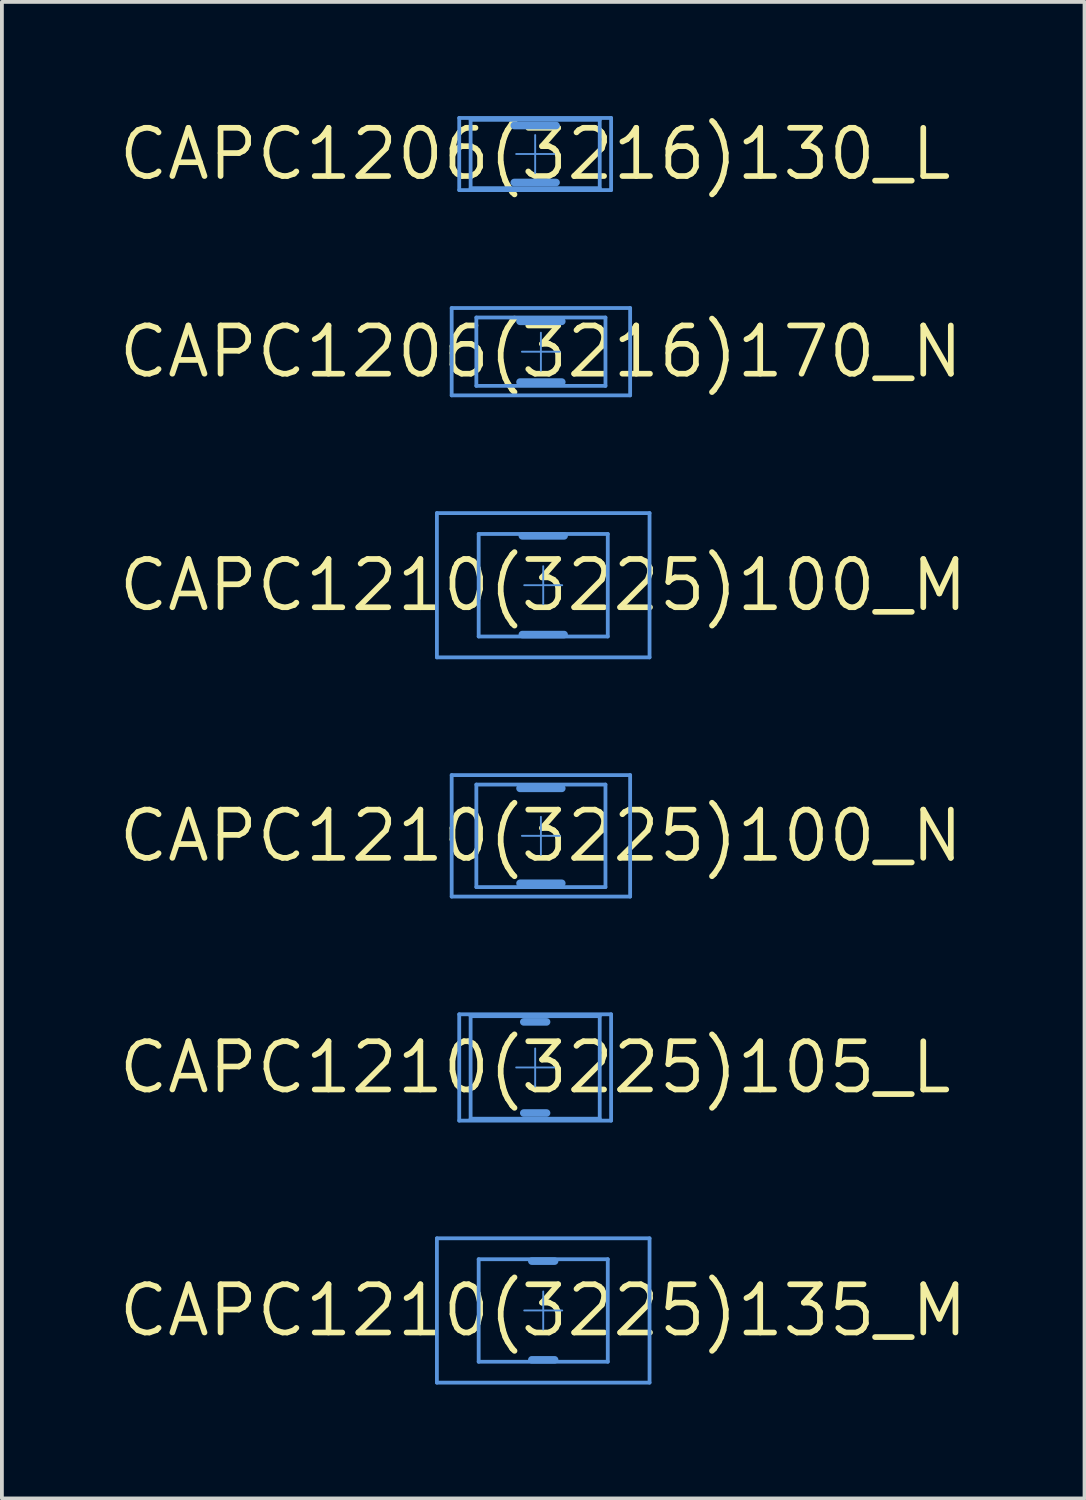
<source format=kicad_pcb>
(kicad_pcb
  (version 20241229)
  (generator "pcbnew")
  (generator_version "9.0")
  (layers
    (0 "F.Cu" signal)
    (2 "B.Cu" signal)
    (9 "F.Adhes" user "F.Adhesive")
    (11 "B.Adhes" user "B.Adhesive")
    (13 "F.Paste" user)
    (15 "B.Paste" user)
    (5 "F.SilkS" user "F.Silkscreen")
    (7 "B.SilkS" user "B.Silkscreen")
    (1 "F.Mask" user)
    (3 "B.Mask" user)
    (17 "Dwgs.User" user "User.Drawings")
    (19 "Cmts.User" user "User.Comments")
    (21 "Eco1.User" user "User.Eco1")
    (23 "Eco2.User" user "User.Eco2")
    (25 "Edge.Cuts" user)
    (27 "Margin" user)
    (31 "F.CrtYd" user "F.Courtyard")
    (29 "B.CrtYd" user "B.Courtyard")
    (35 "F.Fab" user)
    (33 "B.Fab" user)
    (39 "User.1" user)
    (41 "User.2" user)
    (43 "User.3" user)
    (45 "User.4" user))
  (footprint "CAPC1210(3225)100_M"
    (layer "F.Cu")
    (at 11.256 12.362)
    (property "Reference" "CAPC1210(3225)100_M" (at 0 0 0) (layer "F.SilkS") (effects (font (size 1.27 1.27) (thickness 0.15))))
    (attr through_hole)
    (fp_line (start -2.8 -1.9) (end 2.8 -1.9) (stroke (width 0.05) (type solid)) (layer "Cmts.User"))
    (fp_line (start -2.8 -1.9) (end 2.8 -1.9) (stroke (width 0.1) (type solid)) (layer "Cmts.User"))
    (fp_line (start -2.8 1.9) (end -2.8 -1.9) (stroke (width 0.05) (type solid)) (layer "Cmts.User"))
    (fp_line (start -2.8 1.9) (end -2.8 -1.9) (stroke (width 0.1) (type solid)) (layer "Cmts.User"))
    (fp_line (start -2.8 1.9) (end 2.8 1.9) (stroke (width 0.05) (type solid)) (layer "Cmts.User"))
    (fp_line (start -2.8 1.9) (end 2.8 1.9) (stroke (width 0.1) (type solid)) (layer "Cmts.User"))
    (fp_line (start -1.7 -1.35) (end 1.7 -1.35) (stroke (width 0.1) (type solid)) (layer "Cmts.User"))
    (fp_line (start -1.7 1.35) (end -1.7 -1.35) (stroke (width 0.1) (type solid)) (layer "Cmts.User"))
    (fp_line (start -1.7 1.35) (end 1.7 1.35) (stroke (width 0.1) (type solid)) (layer "Cmts.User"))
    (fp_line (start -0.55 -1.3) (end 0.55 -1.3) (stroke (width 0.2) (type solid)) (layer "Cmts.User"))
    (fp_line (start -0.55 1.3) (end 0.55 1.3) (stroke (width 0.2) (type solid)) (layer "Cmts.User"))
    (fp_line (start -0.5 0) (end 0.5 0) (stroke (width 0.05) (type solid)) (layer "Cmts.User"))
    (fp_line (start 0 0.5) (end 0 -0.5) (stroke (width 0.05) (type solid)) (layer "Cmts.User"))
    (fp_line (start 1.7 1.35) (end 1.7 -1.35) (stroke (width 0.1) (type solid)) (layer "Cmts.User"))
    (fp_line (start 2.8 1.9) (end 2.8 -1.9) (stroke (width 0.05) (type solid)) (layer "Cmts.User"))
    (fp_line (start 2.8 1.9) (end 2.8 -1.9) (stroke (width 0.1) (type solid)) (layer "Cmts.User")))
  (footprint "CAPC1210(3225)135_M"
    (layer "F.Cu")
    (at 11.256 31.462)
    (property "Reference" "CAPC1210(3225)135_M" (at 0 0 0) (layer "F.SilkS") (effects (font (size 1.27 1.27) (thickness 0.15))))
    (attr through_hole)
    (fp_line (start -2.8 -1.9) (end 2.8 -1.9) (stroke (width 0.05) (type solid)) (layer "Cmts.User"))
    (fp_line (start -2.8 -1.9) (end 2.8 -1.9) (stroke (width 0.1) (type solid)) (layer "Cmts.User"))
    (fp_line (start -2.8 1.9) (end -2.8 -1.9) (stroke (width 0.05) (type solid)) (layer "Cmts.User"))
    (fp_line (start -2.8 1.9) (end -2.8 -1.9) (stroke (width 0.1) (type solid)) (layer "Cmts.User"))
    (fp_line (start -2.8 1.9) (end 2.8 1.9) (stroke (width 0.05) (type solid)) (layer "Cmts.User"))
    (fp_line (start -2.8 1.9) (end 2.8 1.9) (stroke (width 0.1) (type solid)) (layer "Cmts.User"))
    (fp_line (start -1.7 -1.35) (end 1.7 -1.35) (stroke (width 0.1) (type solid)) (layer "Cmts.User"))
    (fp_line (start -1.7 1.35) (end -1.7 -1.35) (stroke (width 0.1) (type solid)) (layer "Cmts.User"))
    (fp_line (start -1.7 1.35) (end 1.7 1.35) (stroke (width 0.1) (type solid)) (layer "Cmts.User"))
    (fp_line (start -0.5 0) (end 0.5 0) (stroke (width 0.05) (type solid)) (layer "Cmts.User"))
    (fp_line (start -0.3 -1.3) (end 0.3 -1.3) (stroke (width 0.2) (type solid)) (layer "Cmts.User"))
    (fp_line (start -0.3 1.3) (end 0.3 1.3) (stroke (width 0.2) (type solid)) (layer "Cmts.User"))
    (fp_line (start 0 0.5) (end 0 -0.5) (stroke (width 0.05) (type solid)) (layer "Cmts.User"))
    (fp_line (start 1.7 1.35) (end 1.7 -1.35) (stroke (width 0.1) (type solid)) (layer "Cmts.User"))
    (fp_line (start 2.8 1.9) (end 2.8 -1.9) (stroke (width 0.05) (type solid)) (layer "Cmts.User"))
    (fp_line (start 2.8 1.9) (end 2.8 -1.9) (stroke (width 0.1) (type solid)) (layer "Cmts.User")))
  (footprint "CAPC1206(3216)130_L"
    (layer "F.Cu")
    (at 11.044 1.006)
    (property "Reference" "CAPC1206(3216)130_L" (at 0 0 0) (layer "F.SilkS") (effects (font (size 1.27 1.27) (thickness 0.15))))
    (attr through_hole)
    (fp_line (start -2 -0.95) (end 2 -0.95) (stroke (width 0.05) (type solid)) (layer "Cmts.User"))
    (fp_line (start -2 -0.95) (end 2 -0.95) (stroke (width 0.1) (type solid)) (layer "Cmts.User"))
    (fp_line (start -2 0.95) (end -2 -0.95) (stroke (width 0.05) (type solid)) (layer "Cmts.User"))
    (fp_line (start -2 0.95) (end -2 -0.95) (stroke (width 0.1) (type solid)) (layer "Cmts.User"))
    (fp_line (start -2 0.95) (end 2 0.95) (stroke (width 0.05) (type solid)) (layer "Cmts.User"))
    (fp_line (start -2 0.95) (end 2 0.95) (stroke (width 0.1) (type solid)) (layer "Cmts.User"))
    (fp_line (start -1.7 -0.9) (end 1.7 -0.9) (stroke (width 0.1) (type solid)) (layer "Cmts.User"))
    (fp_line (start -1.7 0.9) (end -1.7 -0.9) (stroke (width 0.1) (type solid)) (layer "Cmts.User"))
    (fp_line (start -1.7 0.9) (end 1.7 0.9) (stroke (width 0.1) (type solid)) (layer "Cmts.User"))
    (fp_line (start -0.55 -0.75) (end 0.55 -0.75) (stroke (width 0.2) (type solid)) (layer "Cmts.User"))
    (fp_line (start -0.55 0.75) (end 0.55 0.75) (stroke (width 0.2) (type solid)) (layer "Cmts.User"))
    (fp_line (start -0.5 0) (end 0.5 0) (stroke (width 0.05) (type solid)) (layer "Cmts.User"))
    (fp_line (start 0 0.5) (end 0 -0.5) (stroke (width 0.05) (type solid)) (layer "Cmts.User"))
    (fp_line (start 1.7 0.9) (end 1.7 -0.9) (stroke (width 0.1) (type solid)) (layer "Cmts.User"))
    (fp_line (start 2 0.95) (end 2 -0.95) (stroke (width 0.05) (type solid)) (layer "Cmts.User"))
    (fp_line (start 2 0.95) (end 2 -0.95) (stroke (width 0.1) (type solid)) (layer "Cmts.User")))
  (footprint "CAPC1206(3216)170_N"
    (layer "F.Cu")
    (at 11.195 6.212)
    (property "Reference" "CAPC1206(3216)170_N" (at 0 0 0) (layer "F.SilkS") (effects (font (size 1.27 1.27) (thickness 0.15))))
    (attr through_hole)
    (fp_line (start -2.35 -1.15) (end 2.35 -1.15) (stroke (width 0.05) (type solid)) (layer "Cmts.User"))
    (fp_line (start -2.35 -1.15) (end 2.35 -1.15) (stroke (width 0.1) (type solid)) (layer "Cmts.User"))
    (fp_line (start -2.35 1.15) (end -2.35 -1.15) (stroke (width 0.05) (type solid)) (layer "Cmts.User"))
    (fp_line (start -2.35 1.15) (end -2.35 -1.15) (stroke (width 0.1) (type solid)) (layer "Cmts.User"))
    (fp_line (start -2.35 1.15) (end 2.35 1.15) (stroke (width 0.05) (type solid)) (layer "Cmts.User"))
    (fp_line (start -2.35 1.15) (end 2.35 1.15) (stroke (width 0.1) (type solid)) (layer "Cmts.User"))
    (fp_line (start -1.7 -0.9) (end 1.7 -0.9) (stroke (width 0.1) (type solid)) (layer "Cmts.User"))
    (fp_line (start -1.7 0.9) (end -1.7 -0.9) (stroke (width 0.1) (type solid)) (layer "Cmts.User"))
    (fp_line (start -1.7 0.9) (end 1.7 0.9) (stroke (width 0.1) (type solid)) (layer "Cmts.User"))
    (fp_line (start -0.55 -0.8) (end 0.55 -0.8) (stroke (width 0.2) (type solid)) (layer "Cmts.User"))
    (fp_line (start -0.55 0.8) (end 0.55 0.8) (stroke (width 0.2) (type solid)) (layer "Cmts.User"))
    (fp_line (start -0.5 0) (end 0.5 0) (stroke (width 0.05) (type solid)) (layer "Cmts.User"))
    (fp_line (start 0 0.5) (end 0 -0.5) (stroke (width 0.05) (type solid)) (layer "Cmts.User"))
    (fp_line (start 1.7 0.9) (end 1.7 -0.9) (stroke (width 0.1) (type solid)) (layer "Cmts.User"))
    (fp_line (start 2.35 1.15) (end 2.35 -1.15) (stroke (width 0.05) (type solid)) (layer "Cmts.User"))
    (fp_line (start 2.35 1.15) (end 2.35 -1.15) (stroke (width 0.1) (type solid)) (layer "Cmts.User")))
  (footprint "CAPC1210(3225)100_N"
    (layer "F.Cu")
    (at 11.195 18.962)
    (property "Reference" "CAPC1210(3225)100_N" (at 0 0 0) (layer "F.SilkS") (effects (font (size 1.27 1.27) (thickness 0.15))))
    (attr through_hole)
    (fp_line (start -2.35 -1.6) (end 2.35 -1.6) (stroke (width 0.05) (type solid)) (layer "Cmts.User"))
    (fp_line (start -2.35 -1.6) (end 2.35 -1.6) (stroke (width 0.1) (type solid)) (layer "Cmts.User"))
    (fp_line (start -2.35 1.6) (end -2.35 -1.6) (stroke (width 0.05) (type solid)) (layer "Cmts.User"))
    (fp_line (start -2.35 1.6) (end -2.35 -1.6) (stroke (width 0.1) (type solid)) (layer "Cmts.User"))
    (fp_line (start -2.35 1.6) (end 2.35 1.6) (stroke (width 0.05) (type solid)) (layer "Cmts.User"))
    (fp_line (start -2.35 1.6) (end 2.35 1.6) (stroke (width 0.1) (type solid)) (layer "Cmts.User"))
    (fp_line (start -1.7 -1.35) (end 1.7 -1.35) (stroke (width 0.1) (type solid)) (layer "Cmts.User"))
    (fp_line (start -1.7 1.35) (end -1.7 -1.35) (stroke (width 0.1) (type solid)) (layer "Cmts.User"))
    (fp_line (start -1.7 1.35) (end 1.7 1.35) (stroke (width 0.1) (type solid)) (layer "Cmts.User"))
    (fp_line (start -0.55 -1.25) (end 0.55 -1.25) (stroke (width 0.2) (type solid)) (layer "Cmts.User"))
    (fp_line (start -0.55 1.25) (end 0.55 1.25) (stroke (width 0.2) (type solid)) (layer "Cmts.User"))
    (fp_line (start -0.5 0) (end 0.5 0) (stroke (width 0.05) (type solid)) (layer "Cmts.User"))
    (fp_line (start 0 0.5) (end 0 -0.5) (stroke (width 0.05) (type solid)) (layer "Cmts.User"))
    (fp_line (start 1.7 1.35) (end 1.7 -1.35) (stroke (width 0.1) (type solid)) (layer "Cmts.User"))
    (fp_line (start 2.35 1.6) (end 2.35 -1.6) (stroke (width 0.05) (type solid)) (layer "Cmts.User"))
    (fp_line (start 2.35 1.6) (end 2.35 -1.6) (stroke (width 0.1) (type solid)) (layer "Cmts.User")))
  (footprint "CAPC1210(3225)105_L"
    (layer "F.Cu")
    (at 11.044 25.062)
    (property "Reference" "CAPC1210(3225)105_L" (at 0 0 0) (layer "F.SilkS") (effects (font (size 1.27 1.27) (thickness 0.15))))
    (attr through_hole)
    (fp_line (start -2 -1.4) (end 2 -1.4) (stroke (width 0.05) (type solid)) (layer "Cmts.User"))
    (fp_line (start -2 -1.4) (end 2 -1.4) (stroke (width 0.1) (type solid)) (layer "Cmts.User"))
    (fp_line (start -2 1.4) (end -2 -1.4) (stroke (width 0.05) (type solid)) (layer "Cmts.User"))
    (fp_line (start -2 1.4) (end -2 -1.4) (stroke (width 0.1) (type solid)) (layer "Cmts.User"))
    (fp_line (start -2 1.4) (end 2 1.4) (stroke (width 0.05) (type solid)) (layer "Cmts.User"))
    (fp_line (start -2 1.4) (end 2 1.4) (stroke (width 0.1) (type solid)) (layer "Cmts.User"))
    (fp_line (start -1.7 -1.35) (end 1.7 -1.35) (stroke (width 0.1) (type solid)) (layer "Cmts.User"))
    (fp_line (start -1.7 1.35) (end -1.7 -1.35) (stroke (width 0.1) (type solid)) (layer "Cmts.User"))
    (fp_line (start -1.7 1.35) (end 1.7 1.35) (stroke (width 0.1) (type solid)) (layer "Cmts.User"))
    (fp_line (start -0.5 0) (end 0.5 0) (stroke (width 0.05) (type solid)) (layer "Cmts.User"))
    (fp_line (start -0.3 -1.2) (end 0.3 -1.2) (stroke (width 0.2) (type solid)) (layer "Cmts.User"))
    (fp_line (start -0.3 1.2) (end 0.3 1.2) (stroke (width 0.2) (type solid)) (layer "Cmts.User"))
    (fp_line (start 0 0.5) (end 0 -0.5) (stroke (width 0.05) (type solid)) (layer "Cmts.User"))
    (fp_line (start 1.7 1.35) (end 1.7 -1.35) (stroke (width 0.1) (type solid)) (layer "Cmts.User"))
    (fp_line (start 2 1.4) (end 2 -1.4) (stroke (width 0.05) (type solid)) (layer "Cmts.User"))
    (fp_line (start 2 1.4) (end 2 -1.4) (stroke (width 0.1) (type solid)) (layer "Cmts.User")))
  (gr_rect
    (start -3 -3)
    (end 25.512 36.412)
    (stroke (width 0.1) (type default))
    (fill no)
    (layer "Edge.Cuts")))
</source>
